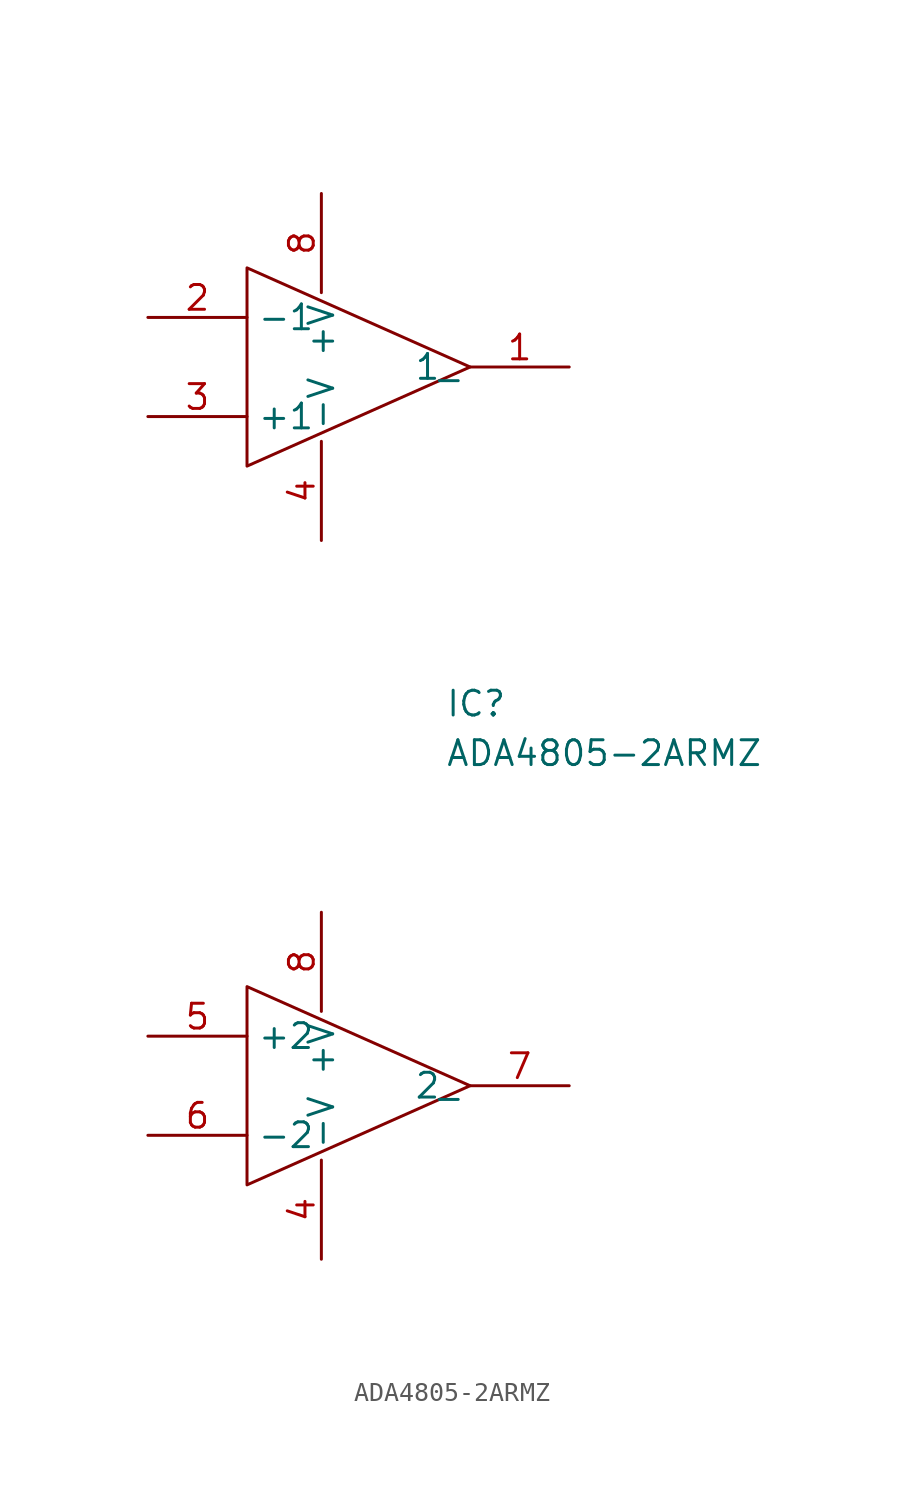
<source format=kicad_sym>
(kicad_symbol_lib
  (version 20220914)
  (generator kicad_symbol_editor)
  (symbol "ADA4805-2ARMZ"
    (property "Reference" "IC"
      (at 22.86 -22.86 0)
      (effects (font (size 1.27 1.27)) (justify left top)))
    (property "Value" "ADA4805-2ARMZ"
      (at 22.86 -25.4 0)
      (effects (font (size 1.27 1.27)) (justify left top)))
    (symbol "ADA4805-2ARMZ_0_1"
      (polyline (pts (xy 12.7 -48.26) (xy 12.7 -38.1) (xy 24.13 -43.18) (xy 12.7 -48.26)) (stroke (width 0) (type default)) (fill (type none)))
      (polyline (pts (xy 24.13 -6.35) (xy 12.7 -1.27) (xy 12.7 -11.43) (xy 24.13 -6.35)) (stroke (width 0) (type default)) (fill (type none))))
    (symbol "ADA4805-2ARMZ_1_1"
      (pin passive line (at 29.21 -6.35 180) (length 5.08) (name "1_" (effects (font (size 1.27 1.27)))) (number "1" (effects (font (size 1.27 1.27)))))
      (pin passive line (at 7.62 -3.81 0) (length 5.08) (name "-1" (effects (font (size 1.27 1.27)))) (number "2" (effects (font (size 1.27 1.27)))))
      (pin passive line (at 7.62 -8.89 0) (length 5.08) (name "+1" (effects (font (size 1.27 1.27)))) (number "3" (effects (font (size 1.27 1.27)))))
      (pin passive line (at 16.51 -52.07 90) (length 5.08) (name "-V" (effects (font (size 1.27 1.27)))) (number "4" (effects (font (size 1.27 1.27)))))
      (pin passive line (at 16.51 -15.24 90) (length 5.08) (name "-V" (effects (font (size 1.27 1.27)))) (number "4" (effects (font (size 1.27 1.27)))))
      (pin passive line (at 7.62 -40.64 0) (length 5.08) (name "+2" (effects (font (size 1.27 1.27)))) (number "5" (effects (font (size 1.27 1.27)))))
      (pin passive line (at 7.62 -45.72 0) (length 5.08) (name "-2" (effects (font (size 1.27 1.27)))) (number "6" (effects (font (size 1.27 1.27)))))
      (pin passive line (at 29.21 -43.18 180) (length 5.08) (name "2_" (effects (font (size 1.27 1.27)))) (number "7" (effects (font (size 1.27 1.27)))))
      (pin passive line (at 16.51 -34.29 270) (length 5.08) (name "+V" (effects (font (size 1.27 1.27)))) (number "8" (effects (font (size 1.27 1.27)))))
      (pin passive line (at 16.51 2.54 270) (length 5.08) (name "+V" (effects (font (size 1.27 1.27)))) (number "8" (effects (font (size 1.27 1.27))))))))
</source>
